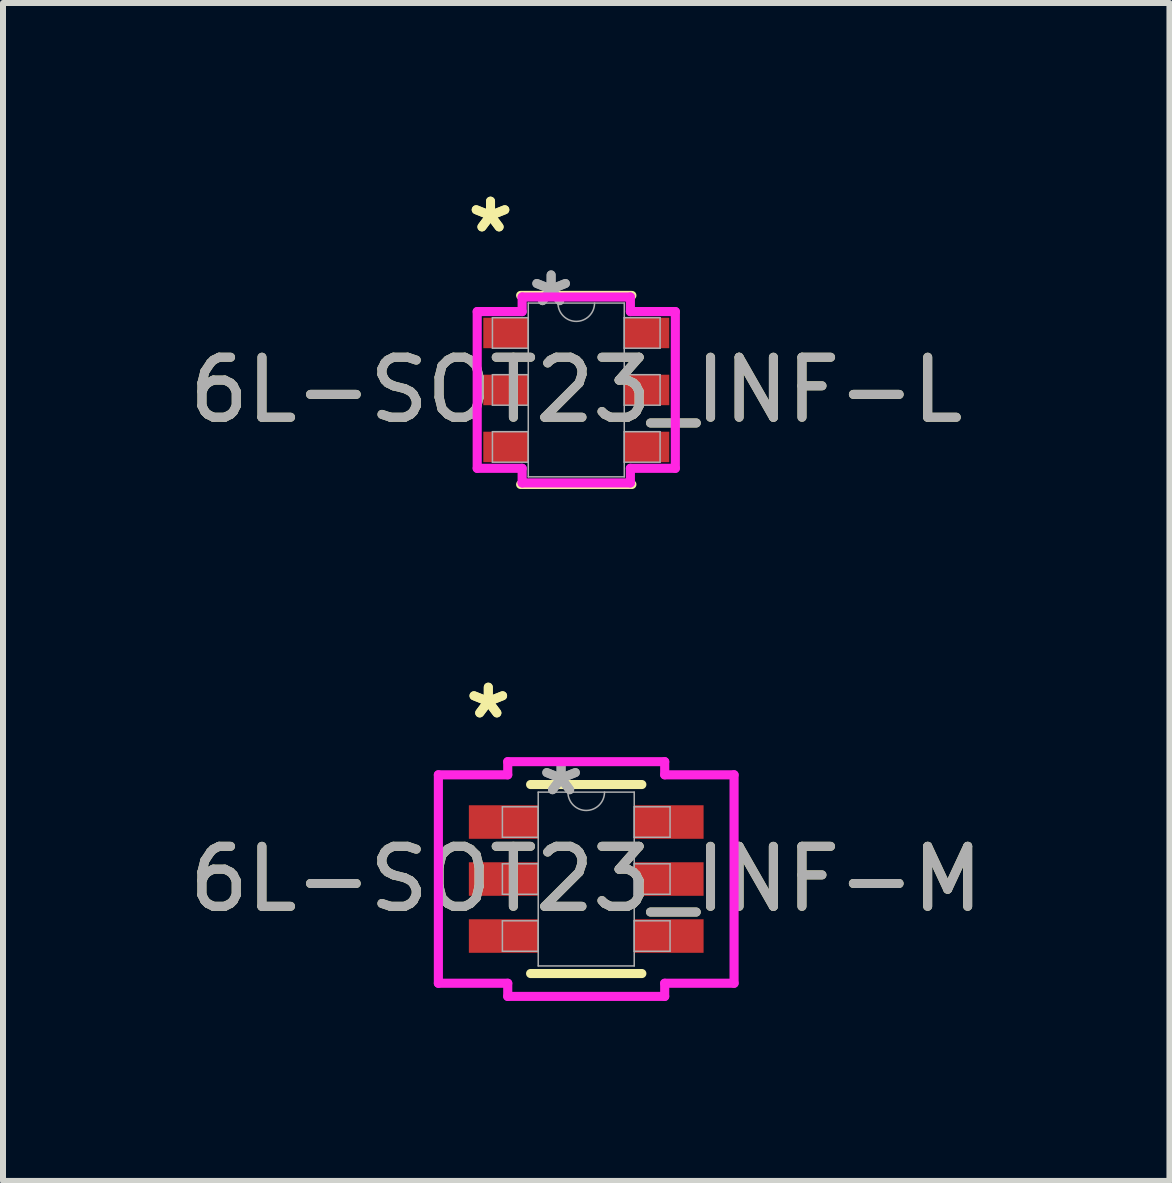
<source format=kicad_pcb>
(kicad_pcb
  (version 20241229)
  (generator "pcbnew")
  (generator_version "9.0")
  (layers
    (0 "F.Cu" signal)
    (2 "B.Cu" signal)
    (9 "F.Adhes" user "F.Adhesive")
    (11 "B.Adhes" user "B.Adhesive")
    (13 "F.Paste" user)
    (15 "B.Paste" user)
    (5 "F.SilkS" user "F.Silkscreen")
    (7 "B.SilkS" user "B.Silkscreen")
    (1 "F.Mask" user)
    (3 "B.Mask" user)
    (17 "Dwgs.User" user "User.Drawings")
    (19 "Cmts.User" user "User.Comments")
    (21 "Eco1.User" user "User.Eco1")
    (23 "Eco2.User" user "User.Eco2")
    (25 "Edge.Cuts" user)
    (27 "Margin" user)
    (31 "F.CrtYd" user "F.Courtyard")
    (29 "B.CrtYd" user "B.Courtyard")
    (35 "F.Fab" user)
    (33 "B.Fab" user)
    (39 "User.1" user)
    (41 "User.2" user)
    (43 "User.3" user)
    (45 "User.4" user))
  (footprint "6L-SOT23_INF-L"
    (layer "F.Cu")
    (at 6.554 3.449)
    (property "Reference" "6L-SOT23_INF-L" (at 0 0 0) (unlocked yes) (layer "F.SilkS") (effects (font (size 1 1) (thickness 0.15))))
    (attr smd)
    (fp_line (start -0.927 1.575) (end 0.927 1.575) (stroke (width 0.152) (type solid)) (layer "F.SilkS"))
    (fp_line (start 0.927 -1.575) (end -0.927 -1.575) (stroke (width 0.152) (type solid)) (layer "F.SilkS"))
    (fp_line (start -1.651 -1.306) (end -0.902 -1.306) (stroke (width 0.152) (type solid)) (layer "F.CrtYd"))
    (fp_line (start -1.651 1.306) (end -1.651 -1.306) (stroke (width 0.152) (type solid)) (layer "F.CrtYd"))
    (fp_line (start -1.651 1.306) (end -0.902 1.306) (stroke (width 0.152) (type solid)) (layer "F.CrtYd"))
    (fp_line (start -0.902 -1.549) (end 0.902 -1.549) (stroke (width 0.152) (type solid)) (layer "F.CrtYd"))
    (fp_line (start -0.902 -1.306) (end -0.902 -1.549) (stroke (width 0.152) (type solid)) (layer "F.CrtYd"))
    (fp_line (start -0.902 1.549) (end -0.902 1.306) (stroke (width 0.152) (type solid)) (layer "F.CrtYd"))
    (fp_line (start 0.902 -1.549) (end 0.902 -1.306) (stroke (width 0.152) (type solid)) (layer "F.CrtYd"))
    (fp_line (start 0.902 1.306) (end 0.902 1.549) (stroke (width 0.152) (type solid)) (layer "F.CrtYd"))
    (fp_line (start 0.902 1.549) (end -0.902 1.549) (stroke (width 0.152) (type solid)) (layer "F.CrtYd"))
    (fp_line (start 1.651 -1.306) (end 0.902 -1.306) (stroke (width 0.152) (type solid)) (layer "F.CrtYd"))
    (fp_line (start 1.651 -1.306) (end 1.651 1.306) (stroke (width 0.152) (type solid)) (layer "F.CrtYd"))
    (fp_line (start 1.651 1.306) (end 0.902 1.306) (stroke (width 0.152) (type solid)) (layer "F.CrtYd"))
    (fp_line (start -1.397 -1.204) (end -1.397 -0.696) (stroke (width 0.025) (type solid)) (layer "F.Fab"))
    (fp_line (start -1.397 -0.696) (end -0.8 -0.696) (stroke (width 0.025) (type solid)) (layer "F.Fab"))
    (fp_line (start -1.397 -0.254) (end -1.397 0.254) (stroke (width 0.025) (type solid)) (layer "F.Fab"))
    (fp_line (start -1.397 0.254) (end -0.8 0.254) (stroke (width 0.025) (type solid)) (layer "F.Fab"))
    (fp_line (start -1.397 0.696) (end -1.397 1.204) (stroke (width 0.025) (type solid)) (layer "F.Fab"))
    (fp_line (start -1.397 1.204) (end -0.8 1.204) (stroke (width 0.025) (type solid)) (layer "F.Fab"))
    (fp_line (start -0.8 -1.448) (end -0.8 1.448) (stroke (width 0.025) (type solid)) (layer "F.Fab"))
    (fp_line (start -0.8 -1.204) (end -1.397 -1.204) (stroke (width 0.025) (type solid)) (layer "F.Fab"))
    (fp_line (start -0.8 -0.696) (end -0.8 -1.204) (stroke (width 0.025) (type solid)) (layer "F.Fab"))
    (fp_line (start -0.8 -0.254) (end -1.397 -0.254) (stroke (width 0.025) (type solid)) (layer "F.Fab"))
    (fp_line (start -0.8 0.254) (end -0.8 -0.254) (stroke (width 0.025) (type solid)) (layer "F.Fab"))
    (fp_line (start -0.8 0.696) (end -1.397 0.696) (stroke (width 0.025) (type solid)) (layer "F.Fab"))
    (fp_line (start -0.8 1.204) (end -0.8 0.696) (stroke (width 0.025) (type solid)) (layer "F.Fab"))
    (fp_line (start -0.8 1.448) (end 0.8 1.448) (stroke (width 0.025) (type solid)) (layer "F.Fab"))
    (fp_line (start 0.8 -1.448) (end -0.8 -1.448) (stroke (width 0.025) (type solid)) (layer "F.Fab"))
    (fp_line (start 0.8 -1.204) (end 0.8 -0.696) (stroke (width 0.025) (type solid)) (layer "F.Fab"))
    (fp_line (start 0.8 -0.696) (end 1.397 -0.696) (stroke (width 0.025) (type solid)) (layer "F.Fab"))
    (fp_line (start 0.8 -0.254) (end 0.8 0.254) (stroke (width 0.025) (type solid)) (layer "F.Fab"))
    (fp_line (start 0.8 0.254) (end 1.397 0.254) (stroke (width 0.025) (type solid)) (layer "F.Fab"))
    (fp_line (start 0.8 0.696) (end 0.8 1.204) (stroke (width 0.025) (type solid)) (layer "F.Fab"))
    (fp_line (start 0.8 1.204) (end 1.397 1.204) (stroke (width 0.025) (type solid)) (layer "F.Fab"))
    (fp_line (start 0.8 1.448) (end 0.8 -1.448) (stroke (width 0.025) (type solid)) (layer "F.Fab"))
    (fp_line (start 1.397 -1.204) (end 0.8 -1.204) (stroke (width 0.025) (type solid)) (layer "F.Fab"))
    (fp_line (start 1.397 -0.696) (end 1.397 -1.204) (stroke (width 0.025) (type solid)) (layer "F.Fab"))
    (fp_line (start 1.397 -0.254) (end 0.8 -0.254) (stroke (width 0.025) (type solid)) (layer "F.Fab"))
    (fp_line (start 1.397 0.254) (end 1.397 -0.254) (stroke (width 0.025) (type solid)) (layer "F.Fab"))
    (fp_line (start 1.397 0.696) (end 0.8 0.696) (stroke (width 0.025) (type solid)) (layer "F.Fab"))
    (fp_line (start 1.397 1.204) (end 1.397 0.696) (stroke (width 0.025) (type solid)) (layer "F.Fab"))
    (fp_arc (start 0.3048 -1.4478) (mid 0 -1.143) (end -0.3048 -1.4478) (stroke (width 0.0254) (type solid)) (layer "F.Fab"))
    (fp_text user "*" (at -1.429 -2.601 0) (unlocked yes) (layer "F.SilkS") (effects (font (size 1 1) (thickness 0.15))))
    (fp_text user "*" (at -1.429 -2.601 0) (layer "F.SilkS") (effects (font (size 1 1) (thickness 0.15))))
    (fp_text user "*" (at -0.419 -1.372 0) (unlocked yes) (layer "F.Fab") (effects (font (size 1 1) (thickness 0.15))))
    (fp_text user "${REFERENCE}" (at 0 0 0) (unlocked yes) (layer "F.Fab") (effects (font (size 1 1) (thickness 0.15))))
    (fp_text user "*" (at -0.419 -1.372 0) (layer "F.Fab") (effects (font (size 1 1) (thickness 0.15))))
    (pad "1" smd rect (at -1.175 -0.95) (size 0.749 0.508) (layers "F.Cu" "F.Mask" "F.Paste"))
    (pad "2" smd rect (at -1.175 0) (size 0.749 0.508) (layers "F.Cu" "F.Mask" "F.Paste"))
    (pad "3" smd rect (at -1.175 0.95) (size 0.749 0.508) (layers "F.Cu" "F.Mask" "F.Paste"))
    (pad "4" smd rect (at 1.175 0.95) (size 0.749 0.508) (layers "F.Cu" "F.Mask" "F.Paste"))
    (pad "5" smd rect (at 1.175 0) (size 0.749 0.508) (layers "F.Cu" "F.Mask" "F.Paste"))
    (pad "6" smd rect (at 1.175 -0.95) (size 0.749 0.508) (layers "F.Cu" "F.Mask" "F.Paste")))
  (footprint "6L-SOT23_INF-M"
    (layer "F.Cu")
    (at 6.72 11.6)
    (property "Reference" "6L-SOT23_INF-M" (at 0 0 0) (unlocked yes) (layer "F.SilkS") (effects (font (size 1 1) (thickness 0.15))))
    (attr smd)
    (fp_line (start -0.927 1.575) (end 0.927 1.575) (stroke (width 0.152) (type solid)) (layer "F.SilkS"))
    (fp_line (start 0.927 -1.575) (end -0.927 -1.575) (stroke (width 0.152) (type solid)) (layer "F.SilkS"))
    (fp_line (start -2.464 -1.737) (end -1.308 -1.737) (stroke (width 0.152) (type solid)) (layer "F.CrtYd"))
    (fp_line (start -2.464 1.737) (end -2.464 -1.737) (stroke (width 0.152) (type solid)) (layer "F.CrtYd"))
    (fp_line (start -2.464 1.737) (end -1.308 1.737) (stroke (width 0.152) (type solid)) (layer "F.CrtYd"))
    (fp_line (start -1.308 -1.956) (end 1.308 -1.956) (stroke (width 0.152) (type solid)) (layer "F.CrtYd"))
    (fp_line (start -1.308 -1.737) (end -1.308 -1.956) (stroke (width 0.152) (type solid)) (layer "F.CrtYd"))
    (fp_line (start -1.308 1.956) (end -1.308 1.737) (stroke (width 0.152) (type solid)) (layer "F.CrtYd"))
    (fp_line (start 1.308 -1.956) (end 1.308 -1.737) (stroke (width 0.152) (type solid)) (layer "F.CrtYd"))
    (fp_line (start 1.308 1.737) (end 1.308 1.956) (stroke (width 0.152) (type solid)) (layer "F.CrtYd"))
    (fp_line (start 1.308 1.956) (end -1.308 1.956) (stroke (width 0.152) (type solid)) (layer "F.CrtYd"))
    (fp_line (start 2.464 -1.737) (end 1.308 -1.737) (stroke (width 0.152) (type solid)) (layer "F.CrtYd"))
    (fp_line (start 2.464 -1.737) (end 2.464 1.737) (stroke (width 0.152) (type solid)) (layer "F.CrtYd"))
    (fp_line (start 2.464 1.737) (end 1.308 1.737) (stroke (width 0.152) (type solid)) (layer "F.CrtYd"))
    (fp_line (start -1.397 -1.204) (end -1.397 -0.696) (stroke (width 0.025) (type solid)) (layer "F.Fab"))
    (fp_line (start -1.397 -0.696) (end -0.8 -0.696) (stroke (width 0.025) (type solid)) (layer "F.Fab"))
    (fp_line (start -1.397 -0.254) (end -1.397 0.254) (stroke (width 0.025) (type solid)) (layer "F.Fab"))
    (fp_line (start -1.397 0.254) (end -0.8 0.254) (stroke (width 0.025) (type solid)) (layer "F.Fab"))
    (fp_line (start -1.397 0.696) (end -1.397 1.204) (stroke (width 0.025) (type solid)) (layer "F.Fab"))
    (fp_line (start -1.397 1.204) (end -0.8 1.204) (stroke (width 0.025) (type solid)) (layer "F.Fab"))
    (fp_line (start -0.8 -1.448) (end -0.8 1.448) (stroke (width 0.025) (type solid)) (layer "F.Fab"))
    (fp_line (start -0.8 -1.204) (end -1.397 -1.204) (stroke (width 0.025) (type solid)) (layer "F.Fab"))
    (fp_line (start -0.8 -0.696) (end -0.8 -1.204) (stroke (width 0.025) (type solid)) (layer "F.Fab"))
    (fp_line (start -0.8 -0.254) (end -1.397 -0.254) (stroke (width 0.025) (type solid)) (layer "F.Fab"))
    (fp_line (start -0.8 0.254) (end -0.8 -0.254) (stroke (width 0.025) (type solid)) (layer "F.Fab"))
    (fp_line (start -0.8 0.696) (end -1.397 0.696) (stroke (width 0.025) (type solid)) (layer "F.Fab"))
    (fp_line (start -0.8 1.204) (end -0.8 0.696) (stroke (width 0.025) (type solid)) (layer "F.Fab"))
    (fp_line (start -0.8 1.448) (end 0.8 1.448) (stroke (width 0.025) (type solid)) (layer "F.Fab"))
    (fp_line (start 0.8 -1.448) (end -0.8 -1.448) (stroke (width 0.025) (type solid)) (layer "F.Fab"))
    (fp_line (start 0.8 -1.204) (end 0.8 -0.696) (stroke (width 0.025) (type solid)) (layer "F.Fab"))
    (fp_line (start 0.8 -0.696) (end 1.397 -0.696) (stroke (width 0.025) (type solid)) (layer "F.Fab"))
    (fp_line (start 0.8 -0.254) (end 0.8 0.254) (stroke (width 0.025) (type solid)) (layer "F.Fab"))
    (fp_line (start 0.8 0.254) (end 1.397 0.254) (stroke (width 0.025) (type solid)) (layer "F.Fab"))
    (fp_line (start 0.8 0.696) (end 0.8 1.204) (stroke (width 0.025) (type solid)) (layer "F.Fab"))
    (fp_line (start 0.8 1.204) (end 1.397 1.204) (stroke (width 0.025) (type solid)) (layer "F.Fab"))
    (fp_line (start 0.8 1.448) (end 0.8 -1.448) (stroke (width 0.025) (type solid)) (layer "F.Fab"))
    (fp_line (start 1.397 -1.204) (end 0.8 -1.204) (stroke (width 0.025) (type solid)) (layer "F.Fab"))
    (fp_line (start 1.397 -0.696) (end 1.397 -1.204) (stroke (width 0.025) (type solid)) (layer "F.Fab"))
    (fp_line (start 1.397 -0.254) (end 0.8 -0.254) (stroke (width 0.025) (type solid)) (layer "F.Fab"))
    (fp_line (start 1.397 0.254) (end 1.397 -0.254) (stroke (width 0.025) (type solid)) (layer "F.Fab"))
    (fp_line (start 1.397 0.696) (end 0.8 0.696) (stroke (width 0.025) (type solid)) (layer "F.Fab"))
    (fp_line (start 1.397 1.204) (end 1.397 0.696) (stroke (width 0.025) (type solid)) (layer "F.Fab"))
    (fp_arc (start 0.3048 -1.4478) (mid 0 -1.143) (end -0.3048 -1.4478) (stroke (width 0.0254) (type solid)) (layer "F.Fab"))
    (fp_text user "*" (at -1.632 -2.652 0) (unlocked yes) (layer "F.SilkS") (effects (font (size 1 1) (thickness 0.15))))
    (fp_text user "*" (at -1.632 -2.652 0) (layer "F.SilkS") (effects (font (size 1 1) (thickness 0.15))))
    (fp_text user "*" (at -0.419 -1.372 0) (layer "F.Fab") (effects (font (size 1 1) (thickness 0.15))))
    (fp_text user "${REFERENCE}" (at 0 0 0) (unlocked yes) (layer "F.Fab") (effects (font (size 1 1) (thickness 0.15))))
    (fp_text user "*" (at -0.419 -1.372 0) (unlocked yes) (layer "F.Fab") (effects (font (size 1 1) (thickness 0.15))))
    (pad "1" smd rect (at -1.378 -0.95) (size 1.156 0.559) (layers "F.Cu" "F.Mask" "F.Paste"))
    (pad "2" smd rect (at -1.378 0) (size 1.156 0.559) (layers "F.Cu" "F.Mask" "F.Paste"))
    (pad "3" smd rect (at -1.378 0.95) (size 1.156 0.559) (layers "F.Cu" "F.Mask" "F.Paste"))
    (pad "4" smd rect (at 1.378 0.95) (size 1.156 0.559) (layers "F.Cu" "F.Mask" "F.Paste"))
    (pad "5" smd rect (at 1.378 0) (size 1.156 0.559) (layers "F.Cu" "F.Mask" "F.Paste"))
    (pad "6" smd rect (at 1.378 -0.95) (size 1.156 0.559) (layers "F.Cu" "F.Mask" "F.Paste")))
  (gr_rect
    (start -3 -3)
    (end 16.44 16.632)
    (stroke (width 0.1) (type default))
    (fill no)
    (layer "Edge.Cuts")))
</source>
